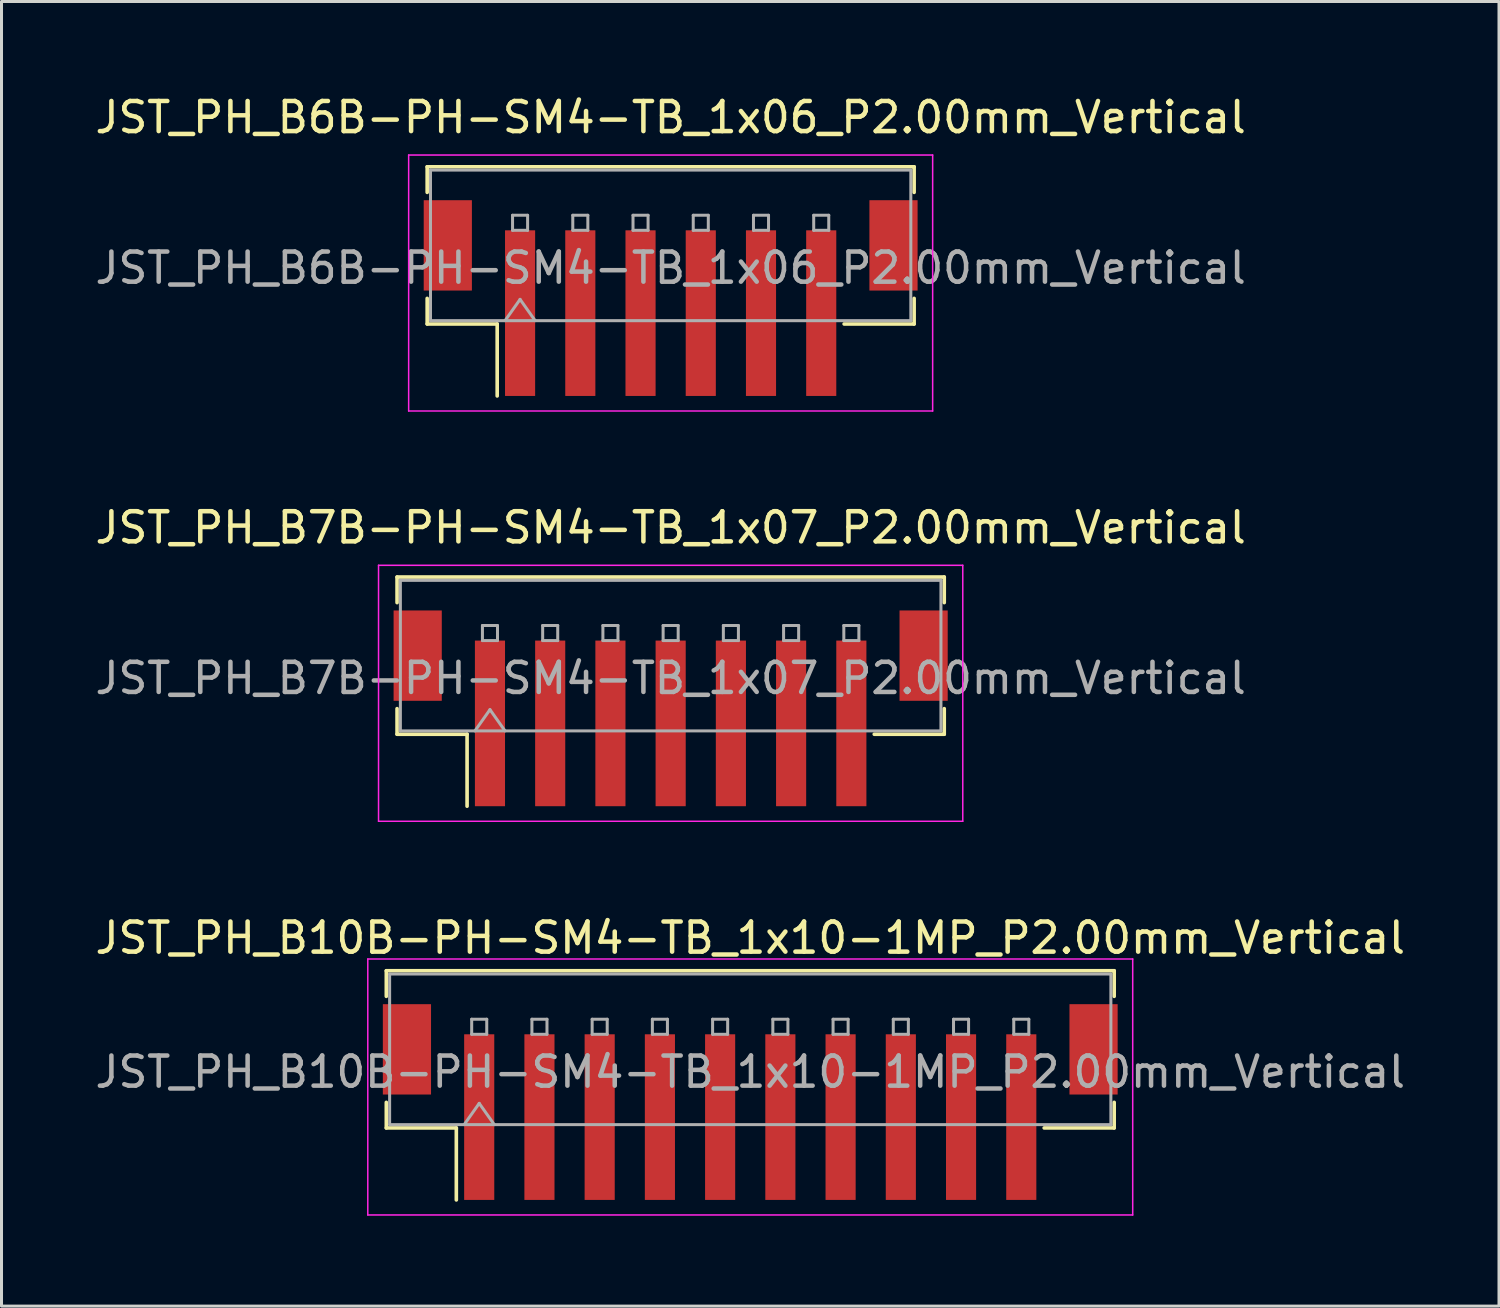
<source format=kicad_pcb>
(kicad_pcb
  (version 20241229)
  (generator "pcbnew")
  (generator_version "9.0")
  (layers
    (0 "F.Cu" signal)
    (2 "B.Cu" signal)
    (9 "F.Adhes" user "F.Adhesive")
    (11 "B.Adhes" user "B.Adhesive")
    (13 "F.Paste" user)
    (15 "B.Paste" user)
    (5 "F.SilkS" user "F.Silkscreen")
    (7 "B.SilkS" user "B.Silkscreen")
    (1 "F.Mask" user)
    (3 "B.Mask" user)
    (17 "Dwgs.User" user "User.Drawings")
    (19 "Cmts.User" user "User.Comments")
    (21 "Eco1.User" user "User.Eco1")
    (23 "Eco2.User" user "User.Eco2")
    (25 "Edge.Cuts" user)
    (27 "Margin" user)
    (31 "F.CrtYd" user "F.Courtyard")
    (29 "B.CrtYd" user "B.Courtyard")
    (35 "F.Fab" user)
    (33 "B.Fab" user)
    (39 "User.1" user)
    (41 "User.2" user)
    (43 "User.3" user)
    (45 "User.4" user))
  (footprint "JST_PH_B6B-PH-SM4-TB_1x06_P2.00mm_Vertical"
    (layer "F.Cu")
    (at 19.22 6.848)
    (property "Reference" "JST_PH_B6B-PH-SM4-TB_1x06_P2.00mm_Vertical" (at 0 -6 0) (layer "F.SilkS") (effects (font (size 1 1) (thickness 0.15))))
    (attr smd)
    (fp_line (start -8.085 -4.36) (end 8.085 -4.36) (stroke (width 0.12) (type solid)) (layer "F.SilkS"))
    (fp_line (start -8.085 -3.51) (end -8.085 -4.36) (stroke (width 0.12) (type solid)) (layer "F.SilkS"))
    (fp_line (start -8.085 0.01) (end -8.085 0.86) (stroke (width 0.12) (type solid)) (layer "F.SilkS"))
    (fp_line (start -8.085 0.86) (end -5.76 0.86) (stroke (width 0.12) (type solid)) (layer "F.SilkS"))
    (fp_line (start -5.76 0.86) (end -5.76 3.25) (stroke (width 0.12) (type solid)) (layer "F.SilkS"))
    (fp_line (start 8.085 -4.36) (end 8.085 -3.51) (stroke (width 0.12) (type solid)) (layer "F.SilkS"))
    (fp_line (start 8.085 0.01) (end 8.085 0.86) (stroke (width 0.12) (type solid)) (layer "F.SilkS"))
    (fp_line (start 8.085 0.86) (end 5.76 0.86) (stroke (width 0.12) (type solid)) (layer "F.SilkS"))
    (fp_line (start -8.7 -4.75) (end -8.7 3.75) (stroke (width 0.05) (type solid)) (layer "F.CrtYd"))
    (fp_line (start -8.7 3.75) (end 8.7 3.75) (stroke (width 0.05) (type solid)) (layer "F.CrtYd"))
    (fp_line (start 8.7 -4.75) (end -8.7 -4.75) (stroke (width 0.05) (type solid)) (layer "F.CrtYd"))
    (fp_line (start 8.7 3.75) (end 8.7 -4.75) (stroke (width 0.05) (type solid)) (layer "F.CrtYd"))
    (fp_line (start -7.975 -4.25) (end 7.975 -4.25) (stroke (width 0.1) (type solid)) (layer "F.Fab"))
    (fp_line (start -7.975 0.75) (end -7.975 -4.25) (stroke (width 0.1) (type solid)) (layer "F.Fab"))
    (fp_line (start -7.975 0.75) (end 7.975 0.75) (stroke (width 0.1) (type solid)) (layer "F.Fab"))
    (fp_line (start -5.5 0.75) (end -5 0.043) (stroke (width 0.1) (type solid)) (layer "F.Fab"))
    (fp_line (start -5.25 -2.75) (end -5.25 -2.25) (stroke (width 0.1) (type solid)) (layer "F.Fab"))
    (fp_line (start -5.25 -2.25) (end -4.75 -2.25) (stroke (width 0.1) (type solid)) (layer "F.Fab"))
    (fp_line (start -5 0.043) (end -4.5 0.75) (stroke (width 0.1) (type solid)) (layer "F.Fab"))
    (fp_line (start -4.75 -2.75) (end -5.25 -2.75) (stroke (width 0.1) (type solid)) (layer "F.Fab"))
    (fp_line (start -4.75 -2.25) (end -4.75 -2.75) (stroke (width 0.1) (type solid)) (layer "F.Fab"))
    (fp_line (start -3.25 -2.75) (end -3.25 -2.25) (stroke (width 0.1) (type solid)) (layer "F.Fab"))
    (fp_line (start -3.25 -2.25) (end -2.75 -2.25) (stroke (width 0.1) (type solid)) (layer "F.Fab"))
    (fp_line (start -2.75 -2.75) (end -3.25 -2.75) (stroke (width 0.1) (type solid)) (layer "F.Fab"))
    (fp_line (start -2.75 -2.25) (end -2.75 -2.75) (stroke (width 0.1) (type solid)) (layer "F.Fab"))
    (fp_line (start -1.25 -2.75) (end -1.25 -2.25) (stroke (width 0.1) (type solid)) (layer "F.Fab"))
    (fp_line (start -1.25 -2.25) (end -0.75 -2.25) (stroke (width 0.1) (type solid)) (layer "F.Fab"))
    (fp_line (start -0.75 -2.75) (end -1.25 -2.75) (stroke (width 0.1) (type solid)) (layer "F.Fab"))
    (fp_line (start -0.75 -2.25) (end -0.75 -2.75) (stroke (width 0.1) (type solid)) (layer "F.Fab"))
    (fp_line (start 0.75 -2.75) (end 0.75 -2.25) (stroke (width 0.1) (type solid)) (layer "F.Fab"))
    (fp_line (start 0.75 -2.25) (end 1.25 -2.25) (stroke (width 0.1) (type solid)) (layer "F.Fab"))
    (fp_line (start 1.25 -2.75) (end 0.75 -2.75) (stroke (width 0.1) (type solid)) (layer "F.Fab"))
    (fp_line (start 1.25 -2.25) (end 1.25 -2.75) (stroke (width 0.1) (type solid)) (layer "F.Fab"))
    (fp_line (start 2.75 -2.75) (end 2.75 -2.25) (stroke (width 0.1) (type solid)) (layer "F.Fab"))
    (fp_line (start 2.75 -2.25) (end 3.25 -2.25) (stroke (width 0.1) (type solid)) (layer "F.Fab"))
    (fp_line (start 3.25 -2.75) (end 2.75 -2.75) (stroke (width 0.1) (type solid)) (layer "F.Fab"))
    (fp_line (start 3.25 -2.25) (end 3.25 -2.75) (stroke (width 0.1) (type solid)) (layer "F.Fab"))
    (fp_line (start 4.75 -2.75) (end 4.75 -2.25) (stroke (width 0.1) (type solid)) (layer "F.Fab"))
    (fp_line (start 4.75 -2.25) (end 5.25 -2.25) (stroke (width 0.1) (type solid)) (layer "F.Fab"))
    (fp_line (start 5.25 -2.75) (end 4.75 -2.75) (stroke (width 0.1) (type solid)) (layer "F.Fab"))
    (fp_line (start 5.25 -2.25) (end 5.25 -2.75) (stroke (width 0.1) (type solid)) (layer "F.Fab"))
    (fp_line (start 7.975 0.75) (end 7.975 -4.25) (stroke (width 0.1) (type solid)) (layer "F.Fab"))
    (fp_text user "${REFERENCE}" (at 0 -1 0) (layer "F.Fab") (effects (font (size 1 1) (thickness 0.15))))
    (pad "" smd rect (at -7.4 -1.75) (size 1.6 3) (layers "F.Cu" "F.Mask" "F.Paste"))
    (pad "" smd rect (at 7.4 -1.75) (size 1.6 3) (layers "F.Cu" "F.Mask" "F.Paste"))
    (pad "1" smd rect (at -5 0.5) (size 1 5.5) (layers "F.Cu" "F.Mask" "F.Paste"))
    (pad "2" smd rect (at -3 0.5) (size 1 5.5) (layers "F.Cu" "F.Mask" "F.Paste"))
    (pad "3" smd rect (at -1 0.5) (size 1 5.5) (layers "F.Cu" "F.Mask" "F.Paste"))
    (pad "4" smd rect (at 1 0.5) (size 1 5.5) (layers "F.Cu" "F.Mask" "F.Paste"))
    (pad "5" smd rect (at 3 0.5) (size 1 5.5) (layers "F.Cu" "F.Mask" "F.Paste"))
    (pad "6" smd rect (at 5 0.5) (size 1 5.5) (layers "F.Cu" "F.Mask" "F.Paste")))
  (footprint "JST_PH_B10B-PH-SM4-TB_1x10-1MP_P2.00mm_Vertical"
    (layer "F.Cu")
    (at 21.863 33.545)
    (property "Reference" "JST_PH_B10B-PH-SM4-TB_1x10-1MP_P2.00mm_Vertical" (at 0 -5.45 0) (layer "F.SilkS") (effects (font (size 1 1) (thickness 0.15))))
    (attr smd)
    (fp_line (start -12.085 -4.36) (end 12.085 -4.36) (stroke (width 0.12) (type solid)) (layer "F.SilkS"))
    (fp_line (start -12.085 -3.51) (end -12.085 -4.36) (stroke (width 0.12) (type solid)) (layer "F.SilkS"))
    (fp_line (start -12.085 0.01) (end -12.085 0.86) (stroke (width 0.12) (type solid)) (layer "F.SilkS"))
    (fp_line (start -12.085 0.86) (end -9.76 0.86) (stroke (width 0.12) (type solid)) (layer "F.SilkS"))
    (fp_line (start -9.76 0.86) (end -9.76 3.25) (stroke (width 0.12) (type solid)) (layer "F.SilkS"))
    (fp_line (start 12.085 -4.36) (end 12.085 -3.51) (stroke (width 0.12) (type solid)) (layer "F.SilkS"))
    (fp_line (start 12.085 0.01) (end 12.085 0.86) (stroke (width 0.12) (type solid)) (layer "F.SilkS"))
    (fp_line (start 12.085 0.86) (end 9.76 0.86) (stroke (width 0.12) (type solid)) (layer "F.SilkS"))
    (fp_line (start -12.7 -4.75) (end -12.7 3.75) (stroke (width 0.05) (type solid)) (layer "F.CrtYd"))
    (fp_line (start -12.7 3.75) (end 12.7 3.75) (stroke (width 0.05) (type solid)) (layer "F.CrtYd"))
    (fp_line (start 12.7 -4.75) (end -12.7 -4.75) (stroke (width 0.05) (type solid)) (layer "F.CrtYd"))
    (fp_line (start 12.7 3.75) (end 12.7 -4.75) (stroke (width 0.05) (type solid)) (layer "F.CrtYd"))
    (fp_line (start -11.975 -4.25) (end 11.975 -4.25) (stroke (width 0.1) (type solid)) (layer "F.Fab"))
    (fp_line (start -11.975 0.75) (end -11.975 -4.25) (stroke (width 0.1) (type solid)) (layer "F.Fab"))
    (fp_line (start -11.975 0.75) (end 11.975 0.75) (stroke (width 0.1) (type solid)) (layer "F.Fab"))
    (fp_line (start -9.5 0.75) (end -9 0.043) (stroke (width 0.1) (type solid)) (layer "F.Fab"))
    (fp_line (start -9.25 -2.75) (end -9.25 -2.25) (stroke (width 0.1) (type solid)) (layer "F.Fab"))
    (fp_line (start -9.25 -2.25) (end -8.75 -2.25) (stroke (width 0.1) (type solid)) (layer "F.Fab"))
    (fp_line (start -9 0.043) (end -8.5 0.75) (stroke (width 0.1) (type solid)) (layer "F.Fab"))
    (fp_line (start -8.75 -2.75) (end -9.25 -2.75) (stroke (width 0.1) (type solid)) (layer "F.Fab"))
    (fp_line (start -8.75 -2.25) (end -8.75 -2.75) (stroke (width 0.1) (type solid)) (layer "F.Fab"))
    (fp_line (start -7.25 -2.75) (end -7.25 -2.25) (stroke (width 0.1) (type solid)) (layer "F.Fab"))
    (fp_line (start -7.25 -2.25) (end -6.75 -2.25) (stroke (width 0.1) (type solid)) (layer "F.Fab"))
    (fp_line (start -6.75 -2.75) (end -7.25 -2.75) (stroke (width 0.1) (type solid)) (layer "F.Fab"))
    (fp_line (start -6.75 -2.25) (end -6.75 -2.75) (stroke (width 0.1) (type solid)) (layer "F.Fab"))
    (fp_line (start -5.25 -2.75) (end -5.25 -2.25) (stroke (width 0.1) (type solid)) (layer "F.Fab"))
    (fp_line (start -5.25 -2.25) (end -4.75 -2.25) (stroke (width 0.1) (type solid)) (layer "F.Fab"))
    (fp_line (start -4.75 -2.75) (end -5.25 -2.75) (stroke (width 0.1) (type solid)) (layer "F.Fab"))
    (fp_line (start -4.75 -2.25) (end -4.75 -2.75) (stroke (width 0.1) (type solid)) (layer "F.Fab"))
    (fp_line (start -3.25 -2.75) (end -3.25 -2.25) (stroke (width 0.1) (type solid)) (layer "F.Fab"))
    (fp_line (start -3.25 -2.25) (end -2.75 -2.25) (stroke (width 0.1) (type solid)) (layer "F.Fab"))
    (fp_line (start -2.75 -2.75) (end -3.25 -2.75) (stroke (width 0.1) (type solid)) (layer "F.Fab"))
    (fp_line (start -2.75 -2.25) (end -2.75 -2.75) (stroke (width 0.1) (type solid)) (layer "F.Fab"))
    (fp_line (start -1.25 -2.75) (end -1.25 -2.25) (stroke (width 0.1) (type solid)) (layer "F.Fab"))
    (fp_line (start -1.25 -2.25) (end -0.75 -2.25) (stroke (width 0.1) (type solid)) (layer "F.Fab"))
    (fp_line (start -0.75 -2.75) (end -1.25 -2.75) (stroke (width 0.1) (type solid)) (layer "F.Fab"))
    (fp_line (start -0.75 -2.25) (end -0.75 -2.75) (stroke (width 0.1) (type solid)) (layer "F.Fab"))
    (fp_line (start 0.75 -2.75) (end 0.75 -2.25) (stroke (width 0.1) (type solid)) (layer "F.Fab"))
    (fp_line (start 0.75 -2.25) (end 1.25 -2.25) (stroke (width 0.1) (type solid)) (layer "F.Fab"))
    (fp_line (start 1.25 -2.75) (end 0.75 -2.75) (stroke (width 0.1) (type solid)) (layer "F.Fab"))
    (fp_line (start 1.25 -2.25) (end 1.25 -2.75) (stroke (width 0.1) (type solid)) (layer "F.Fab"))
    (fp_line (start 2.75 -2.75) (end 2.75 -2.25) (stroke (width 0.1) (type solid)) (layer "F.Fab"))
    (fp_line (start 2.75 -2.25) (end 3.25 -2.25) (stroke (width 0.1) (type solid)) (layer "F.Fab"))
    (fp_line (start 3.25 -2.75) (end 2.75 -2.75) (stroke (width 0.1) (type solid)) (layer "F.Fab"))
    (fp_line (start 3.25 -2.25) (end 3.25 -2.75) (stroke (width 0.1) (type solid)) (layer "F.Fab"))
    (fp_line (start 4.75 -2.75) (end 4.75 -2.25) (stroke (width 0.1) (type solid)) (layer "F.Fab"))
    (fp_line (start 4.75 -2.25) (end 5.25 -2.25) (stroke (width 0.1) (type solid)) (layer "F.Fab"))
    (fp_line (start 5.25 -2.75) (end 4.75 -2.75) (stroke (width 0.1) (type solid)) (layer "F.Fab"))
    (fp_line (start 5.25 -2.25) (end 5.25 -2.75) (stroke (width 0.1) (type solid)) (layer "F.Fab"))
    (fp_line (start 6.75 -2.75) (end 6.75 -2.25) (stroke (width 0.1) (type solid)) (layer "F.Fab"))
    (fp_line (start 6.75 -2.25) (end 7.25 -2.25) (stroke (width 0.1) (type solid)) (layer "F.Fab"))
    (fp_line (start 7.25 -2.75) (end 6.75 -2.75) (stroke (width 0.1) (type solid)) (layer "F.Fab"))
    (fp_line (start 7.25 -2.25) (end 7.25 -2.75) (stroke (width 0.1) (type solid)) (layer "F.Fab"))
    (fp_line (start 8.75 -2.75) (end 8.75 -2.25) (stroke (width 0.1) (type solid)) (layer "F.Fab"))
    (fp_line (start 8.75 -2.25) (end 9.25 -2.25) (stroke (width 0.1) (type solid)) (layer "F.Fab"))
    (fp_line (start 9.25 -2.75) (end 8.75 -2.75) (stroke (width 0.1) (type solid)) (layer "F.Fab"))
    (fp_line (start 9.25 -2.25) (end 9.25 -2.75) (stroke (width 0.1) (type solid)) (layer "F.Fab"))
    (fp_line (start 11.975 0.75) (end 11.975 -4.25) (stroke (width 0.1) (type solid)) (layer "F.Fab"))
    (fp_text user "${REFERENCE}" (at 0 -1 0) (layer "F.Fab") (effects (font (size 1 1) (thickness 0.15))))
    (pad "1" smd rect (at -9 0.5) (size 1 5.5) (layers "F.Cu" "F.Mask" "F.Paste"))
    (pad "2" smd rect (at -7 0.5) (size 1 5.5) (layers "F.Cu" "F.Mask" "F.Paste"))
    (pad "3" smd rect (at -5 0.5) (size 1 5.5) (layers "F.Cu" "F.Mask" "F.Paste"))
    (pad "4" smd rect (at -3 0.5) (size 1 5.5) (layers "F.Cu" "F.Mask" "F.Paste"))
    (pad "5" smd rect (at -1 0.5) (size 1 5.5) (layers "F.Cu" "F.Mask" "F.Paste"))
    (pad "6" smd rect (at 1 0.5) (size 1 5.5) (layers "F.Cu" "F.Mask" "F.Paste"))
    (pad "7" smd rect (at 3 0.5) (size 1 5.5) (layers "F.Cu" "F.Mask" "F.Paste"))
    (pad "8" smd rect (at 5 0.5) (size 1 5.5) (layers "F.Cu" "F.Mask" "F.Paste"))
    (pad "9" smd rect (at 7 0.5) (size 1 5.5) (layers "F.Cu" "F.Mask" "F.Paste"))
    (pad "10" smd rect (at 9 0.5) (size 1 5.5) (layers "F.Cu" "F.Mask" "F.Paste"))
    (pad "MP" smd rect (at -11.4 -1.75) (size 1.6 3) (layers "F.Cu" "F.Mask" "F.Paste"))
    (pad "MP" smd rect (at 11.4 -1.75) (size 1.6 3) (layers "F.Cu" "F.Mask" "F.Paste")))
  (footprint "JST_PH_B7B-PH-SM4-TB_1x07_P2.00mm_Vertical"
    (layer "F.Cu")
    (at 19.22 20.471)
    (property "Reference" "JST_PH_B7B-PH-SM4-TB_1x07_P2.00mm_Vertical" (at 0 -6 0) (layer "F.SilkS") (effects (font (size 1 1) (thickness 0.15))))
    (attr smd)
    (fp_line (start -9.085 -4.36) (end 9.085 -4.36) (stroke (width 0.12) (type solid)) (layer "F.SilkS"))
    (fp_line (start -9.085 -3.51) (end -9.085 -4.36) (stroke (width 0.12) (type solid)) (layer "F.SilkS"))
    (fp_line (start -9.085 0.01) (end -9.085 0.86) (stroke (width 0.12) (type solid)) (layer "F.SilkS"))
    (fp_line (start -9.085 0.86) (end -6.76 0.86) (stroke (width 0.12) (type solid)) (layer "F.SilkS"))
    (fp_line (start -6.76 0.86) (end -6.76 3.25) (stroke (width 0.12) (type solid)) (layer "F.SilkS"))
    (fp_line (start 9.085 -4.36) (end 9.085 -3.51) (stroke (width 0.12) (type solid)) (layer "F.SilkS"))
    (fp_line (start 9.085 0.01) (end 9.085 0.86) (stroke (width 0.12) (type solid)) (layer "F.SilkS"))
    (fp_line (start 9.085 0.86) (end 6.76 0.86) (stroke (width 0.12) (type solid)) (layer "F.SilkS"))
    (fp_line (start -9.7 -4.75) (end -9.7 3.75) (stroke (width 0.05) (type solid)) (layer "F.CrtYd"))
    (fp_line (start -9.7 3.75) (end 9.7 3.75) (stroke (width 0.05) (type solid)) (layer "F.CrtYd"))
    (fp_line (start 9.7 -4.75) (end -9.7 -4.75) (stroke (width 0.05) (type solid)) (layer "F.CrtYd"))
    (fp_line (start 9.7 3.75) (end 9.7 -4.75) (stroke (width 0.05) (type solid)) (layer "F.CrtYd"))
    (fp_line (start -8.975 -4.25) (end 8.975 -4.25) (stroke (width 0.1) (type solid)) (layer "F.Fab"))
    (fp_line (start -8.975 0.75) (end -8.975 -4.25) (stroke (width 0.1) (type solid)) (layer "F.Fab"))
    (fp_line (start -8.975 0.75) (end 8.975 0.75) (stroke (width 0.1) (type solid)) (layer "F.Fab"))
    (fp_line (start -6.5 0.75) (end -6 0.043) (stroke (width 0.1) (type solid)) (layer "F.Fab"))
    (fp_line (start -6.25 -2.75) (end -6.25 -2.25) (stroke (width 0.1) (type solid)) (layer "F.Fab"))
    (fp_line (start -6.25 -2.25) (end -5.75 -2.25) (stroke (width 0.1) (type solid)) (layer "F.Fab"))
    (fp_line (start -6 0.043) (end -5.5 0.75) (stroke (width 0.1) (type solid)) (layer "F.Fab"))
    (fp_line (start -5.75 -2.75) (end -6.25 -2.75) (stroke (width 0.1) (type solid)) (layer "F.Fab"))
    (fp_line (start -5.75 -2.25) (end -5.75 -2.75) (stroke (width 0.1) (type solid)) (layer "F.Fab"))
    (fp_line (start -4.25 -2.75) (end -4.25 -2.25) (stroke (width 0.1) (type solid)) (layer "F.Fab"))
    (fp_line (start -4.25 -2.25) (end -3.75 -2.25) (stroke (width 0.1) (type solid)) (layer "F.Fab"))
    (fp_line (start -3.75 -2.75) (end -4.25 -2.75) (stroke (width 0.1) (type solid)) (layer "F.Fab"))
    (fp_line (start -3.75 -2.25) (end -3.75 -2.75) (stroke (width 0.1) (type solid)) (layer "F.Fab"))
    (fp_line (start -2.25 -2.75) (end -2.25 -2.25) (stroke (width 0.1) (type solid)) (layer "F.Fab"))
    (fp_line (start -2.25 -2.25) (end -1.75 -2.25) (stroke (width 0.1) (type solid)) (layer "F.Fab"))
    (fp_line (start -1.75 -2.75) (end -2.25 -2.75) (stroke (width 0.1) (type solid)) (layer "F.Fab"))
    (fp_line (start -1.75 -2.25) (end -1.75 -2.75) (stroke (width 0.1) (type solid)) (layer "F.Fab"))
    (fp_line (start -0.25 -2.75) (end -0.25 -2.25) (stroke (width 0.1) (type solid)) (layer "F.Fab"))
    (fp_line (start -0.25 -2.25) (end 0.25 -2.25) (stroke (width 0.1) (type solid)) (layer "F.Fab"))
    (fp_line (start 0.25 -2.75) (end -0.25 -2.75) (stroke (width 0.1) (type solid)) (layer "F.Fab"))
    (fp_line (start 0.25 -2.25) (end 0.25 -2.75) (stroke (width 0.1) (type solid)) (layer "F.Fab"))
    (fp_line (start 1.75 -2.75) (end 1.75 -2.25) (stroke (width 0.1) (type solid)) (layer "F.Fab"))
    (fp_line (start 1.75 -2.25) (end 2.25 -2.25) (stroke (width 0.1) (type solid)) (layer "F.Fab"))
    (fp_line (start 2.25 -2.75) (end 1.75 -2.75) (stroke (width 0.1) (type solid)) (layer "F.Fab"))
    (fp_line (start 2.25 -2.25) (end 2.25 -2.75) (stroke (width 0.1) (type solid)) (layer "F.Fab"))
    (fp_line (start 3.75 -2.75) (end 3.75 -2.25) (stroke (width 0.1) (type solid)) (layer "F.Fab"))
    (fp_line (start 3.75 -2.25) (end 4.25 -2.25) (stroke (width 0.1) (type solid)) (layer "F.Fab"))
    (fp_line (start 4.25 -2.75) (end 3.75 -2.75) (stroke (width 0.1) (type solid)) (layer "F.Fab"))
    (fp_line (start 4.25 -2.25) (end 4.25 -2.75) (stroke (width 0.1) (type solid)) (layer "F.Fab"))
    (fp_line (start 5.75 -2.75) (end 5.75 -2.25) (stroke (width 0.1) (type solid)) (layer "F.Fab"))
    (fp_line (start 5.75 -2.25) (end 6.25 -2.25) (stroke (width 0.1) (type solid)) (layer "F.Fab"))
    (fp_line (start 6.25 -2.75) (end 5.75 -2.75) (stroke (width 0.1) (type solid)) (layer "F.Fab"))
    (fp_line (start 6.25 -2.25) (end 6.25 -2.75) (stroke (width 0.1) (type solid)) (layer "F.Fab"))
    (fp_line (start 8.975 0.75) (end 8.975 -4.25) (stroke (width 0.1) (type solid)) (layer "F.Fab"))
    (fp_text user "${REFERENCE}" (at 0 -1 0) (layer "F.Fab") (effects (font (size 1 1) (thickness 0.15))))
    (pad "" smd rect (at -8.4 -1.75) (size 1.6 3) (layers "F.Cu" "F.Mask" "F.Paste"))
    (pad "" smd rect (at 8.4 -1.75) (size 1.6 3) (layers "F.Cu" "F.Mask" "F.Paste"))
    (pad "1" smd rect (at -6 0.5) (size 1 5.5) (layers "F.Cu" "F.Mask" "F.Paste"))
    (pad "2" smd rect (at -4 0.5) (size 1 5.5) (layers "F.Cu" "F.Mask" "F.Paste"))
    (pad "3" smd rect (at -2 0.5) (size 1 5.5) (layers "F.Cu" "F.Mask" "F.Paste"))
    (pad "4" smd rect (at 0 0.5) (size 1 5.5) (layers "F.Cu" "F.Mask" "F.Paste"))
    (pad "5" smd rect (at 2 0.5) (size 1 5.5) (layers "F.Cu" "F.Mask" "F.Paste"))
    (pad "6" smd rect (at 4 0.5) (size 1 5.5) (layers "F.Cu" "F.Mask" "F.Paste"))
    (pad "7" smd rect (at 6 0.5) (size 1 5.5) (layers "F.Cu" "F.Mask" "F.Paste")))
  (gr_rect
    (start -3 -3)
    (end 46.726 40.32)
    (stroke (width 0.1) (type default))
    (fill no)
    (layer "Edge.Cuts")))
</source>
